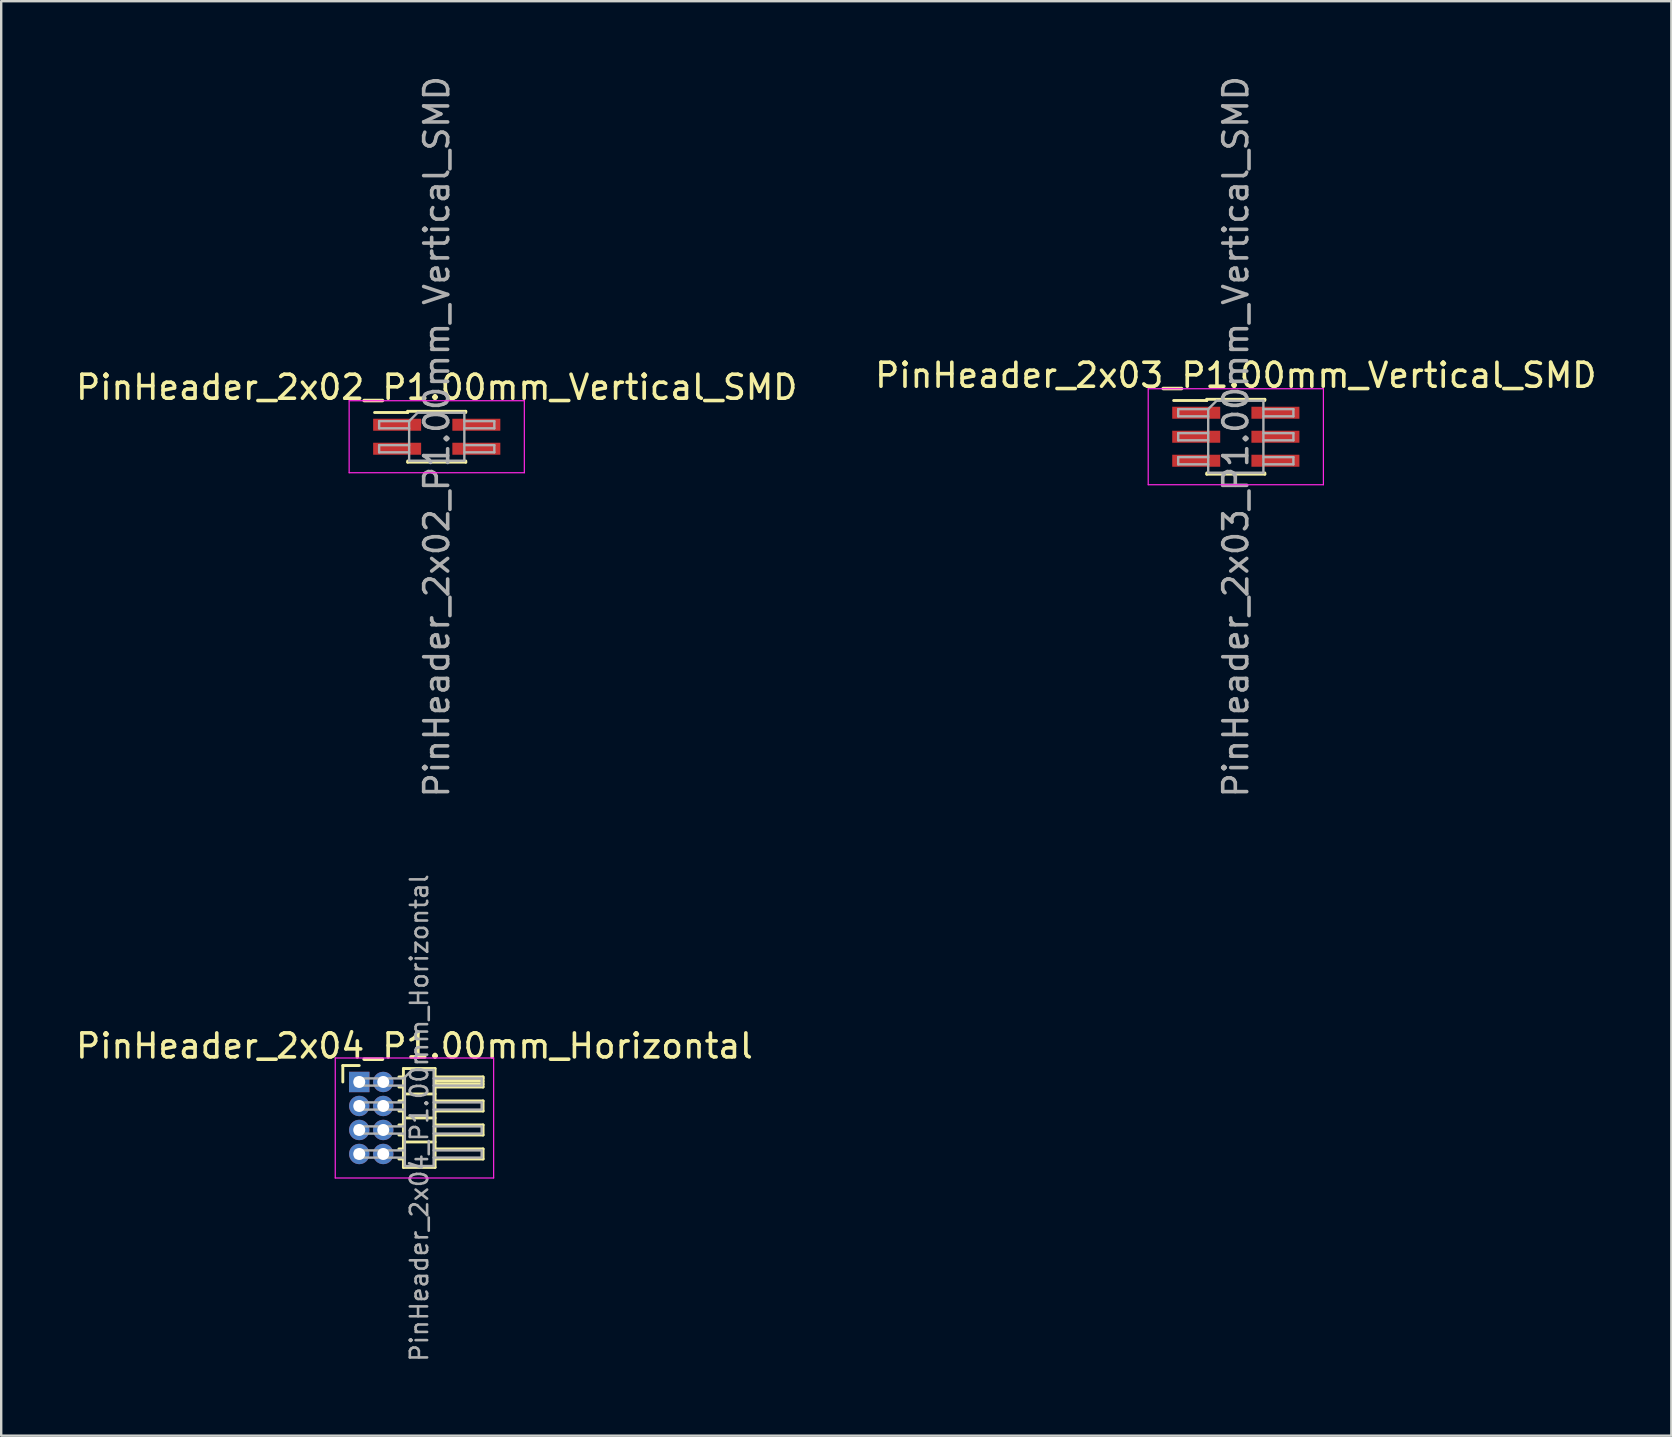
<source format=kicad_pcb>
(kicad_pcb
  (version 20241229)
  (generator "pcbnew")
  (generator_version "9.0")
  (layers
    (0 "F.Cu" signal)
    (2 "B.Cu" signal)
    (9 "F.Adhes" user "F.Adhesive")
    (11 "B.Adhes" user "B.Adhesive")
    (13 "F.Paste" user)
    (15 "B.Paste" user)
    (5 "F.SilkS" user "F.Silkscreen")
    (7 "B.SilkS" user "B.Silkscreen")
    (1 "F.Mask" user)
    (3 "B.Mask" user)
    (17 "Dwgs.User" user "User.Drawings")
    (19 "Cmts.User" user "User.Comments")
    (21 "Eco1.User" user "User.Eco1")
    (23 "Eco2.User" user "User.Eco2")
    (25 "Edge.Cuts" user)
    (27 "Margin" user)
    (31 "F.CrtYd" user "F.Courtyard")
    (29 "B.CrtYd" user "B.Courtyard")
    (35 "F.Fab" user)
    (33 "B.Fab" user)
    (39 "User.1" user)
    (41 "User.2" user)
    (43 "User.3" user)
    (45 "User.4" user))
  (footprint "PinHeader_2x02_P1.00mm_Vertical_SMD"
    (layer "F.Cu")
    (at 15.149 15.149)
    (property "Reference" "PinHeader_2x02_P1.00mm_Vertical_SMD" (at 0 -2.06 0) (layer "F.SilkS") (effects (font (size 1 1) (thickness 0.15))))
    (attr smd)
    (fp_line (start -2.59 -1.01) (end -1.21 -1.01) (stroke (width 0.12) (type solid)) (layer "F.SilkS"))
    (fp_line (start -1.21 -1.06) (end -1.21 -1.01) (stroke (width 0.12) (type solid)) (layer "F.SilkS"))
    (fp_line (start -1.21 -1.06) (end 1.21 -1.06) (stroke (width 0.12) (type solid)) (layer "F.SilkS"))
    (fp_line (start -1.21 1.01) (end -1.21 1.06) (stroke (width 0.12) (type solid)) (layer "F.SilkS"))
    (fp_line (start -1.21 1.06) (end 1.21 1.06) (stroke (width 0.12) (type solid)) (layer "F.SilkS"))
    (fp_line (start 1.21 -1.06) (end 1.21 -1.01) (stroke (width 0.12) (type solid)) (layer "F.SilkS"))
    (fp_line (start 1.21 1.01) (end 1.21 1.06) (stroke (width 0.12) (type solid)) (layer "F.SilkS"))
    (fp_line (start -3.65 -1.5) (end -3.65 1.5) (stroke (width 0.05) (type solid)) (layer "F.CrtYd"))
    (fp_line (start -3.65 1.5) (end 3.65 1.5) (stroke (width 0.05) (type solid)) (layer "F.CrtYd"))
    (fp_line (start 3.65 -1.5) (end -3.65 -1.5) (stroke (width 0.05) (type solid)) (layer "F.CrtYd"))
    (fp_line (start 3.65 1.5) (end 3.65 -1.5) (stroke (width 0.05) (type solid)) (layer "F.CrtYd"))
    (fp_line (start -2.4 -0.65) (end -2.4 -0.35) (stroke (width 0.1) (type solid)) (layer "F.Fab"))
    (fp_line (start -2.4 -0.35) (end -1.15 -0.35) (stroke (width 0.1) (type solid)) (layer "F.Fab"))
    (fp_line (start -2.4 0.35) (end -2.4 0.65) (stroke (width 0.1) (type solid)) (layer "F.Fab"))
    (fp_line (start -2.4 0.65) (end -1.15 0.65) (stroke (width 0.1) (type solid)) (layer "F.Fab"))
    (fp_line (start -1.15 -0.65) (end -2.4 -0.65) (stroke (width 0.1) (type solid)) (layer "F.Fab"))
    (fp_line (start -1.15 -0.65) (end -0.8 -1) (stroke (width 0.1) (type solid)) (layer "F.Fab"))
    (fp_line (start -1.15 0.35) (end -2.4 0.35) (stroke (width 0.1) (type solid)) (layer "F.Fab"))
    (fp_line (start -1.15 1) (end -1.15 -0.65) (stroke (width 0.1) (type solid)) (layer "F.Fab"))
    (fp_line (start -0.8 -1) (end 1.15 -1) (stroke (width 0.1) (type solid)) (layer "F.Fab"))
    (fp_line (start 1.15 -1) (end 1.15 1) (stroke (width 0.1) (type solid)) (layer "F.Fab"))
    (fp_line (start 1.15 -0.65) (end 2.4 -0.65) (stroke (width 0.1) (type solid)) (layer "F.Fab"))
    (fp_line (start 1.15 0.35) (end 2.4 0.35) (stroke (width 0.1) (type solid)) (layer "F.Fab"))
    (fp_line (start 1.15 1) (end -1.15 1) (stroke (width 0.1) (type solid)) (layer "F.Fab"))
    (fp_line (start 2.4 -0.65) (end 2.4 -0.35) (stroke (width 0.1) (type solid)) (layer "F.Fab"))
    (fp_line (start 2.4 -0.35) (end 1.15 -0.35) (stroke (width 0.1) (type solid)) (layer "F.Fab"))
    (fp_line (start 2.4 0.35) (end 2.4 0.65) (stroke (width 0.1) (type solid)) (layer "F.Fab"))
    (fp_line (start 2.4 0.65) (end 1.15 0.65) (stroke (width 0.1) (type solid)) (layer "F.Fab"))
    (fp_text user "${REFERENCE}" (at 0 0 90) (layer "F.Fab") (effects (font (size 1 1) (thickness 0.15))))
    (pad "1" smd rect (at -1.65 -0.5) (size 2 0.5) (layers "F.Cu" "F.Mask" "F.Paste"))
    (pad "2" smd rect (at 1.65 -0.5) (size 2 0.5) (layers "F.Cu" "F.Mask" "F.Paste"))
    (pad "3" smd rect (at -1.65 0.5) (size 2 0.5) (layers "F.Cu" "F.Mask" "F.Paste"))
    (pad "4" smd rect (at 1.65 0.5) (size 2 0.5) (layers "F.Cu" "F.Mask" "F.Paste")))
  (footprint "PinHeader_2x04_P1.00mm_Horizontal"
    (layer "F.Cu")
    (at 11.92 42.036)
    (property "Reference" "PinHeader_2x04_P1.00mm_Horizontal" (at 2.3 -1.5 0) (layer "F.SilkS") (effects (font (size 1 1) (thickness 0.15))))
    (attr through_hole)
    (fp_line (start -0.685 -0.685) (end 0 -0.685) (stroke (width 0.12) (type solid)) (layer "F.SilkS"))
    (fp_line (start -0.685 0) (end -0.685 -0.685) (stroke (width 0.12) (type solid)) (layer "F.SilkS"))
    (fp_line (start 1.652 -0.21) (end 1.84 -0.21) (stroke (width 0.12) (type solid)) (layer "F.SilkS"))
    (fp_line (start 1.652 0.21) (end 1.84 0.21) (stroke (width 0.12) (type solid)) (layer "F.SilkS"))
    (fp_line (start 1.652 0.79) (end 1.84 0.79) (stroke (width 0.12) (type solid)) (layer "F.SilkS"))
    (fp_line (start 1.652 1.21) (end 1.84 1.21) (stroke (width 0.12) (type solid)) (layer "F.SilkS"))
    (fp_line (start 1.652 1.79) (end 1.84 1.79) (stroke (width 0.12) (type solid)) (layer "F.SilkS"))
    (fp_line (start 1.652 2.21) (end 1.84 2.21) (stroke (width 0.12) (type solid)) (layer "F.SilkS"))
    (fp_line (start 1.652 2.79) (end 1.84 2.79) (stroke (width 0.12) (type solid)) (layer "F.SilkS"))
    (fp_line (start 1.652 3.21) (end 1.84 3.21) (stroke (width 0.12) (type solid)) (layer "F.SilkS"))
    (fp_line (start 1.84 -0.56) (end 1.84 3.56) (stroke (width 0.12) (type solid)) (layer "F.SilkS"))
    (fp_line (start 1.84 0.5) (end 3.16 0.5) (stroke (width 0.12) (type solid)) (layer "F.SilkS"))
    (fp_line (start 1.84 1.5) (end 3.16 1.5) (stroke (width 0.12) (type solid)) (layer "F.SilkS"))
    (fp_line (start 1.84 2.5) (end 3.16 2.5) (stroke (width 0.12) (type solid)) (layer "F.SilkS"))
    (fp_line (start 1.84 3.56) (end 3.16 3.56) (stroke (width 0.12) (type solid)) (layer "F.SilkS"))
    (fp_line (start 3.16 -0.56) (end 1.84 -0.56) (stroke (width 0.12) (type solid)) (layer "F.SilkS"))
    (fp_line (start 3.16 -0.21) (end 5.16 -0.21) (stroke (width 0.12) (type solid)) (layer "F.SilkS"))
    (fp_line (start 3.16 -0.15) (end 5.16 -0.15) (stroke (width 0.12) (type solid)) (layer "F.SilkS"))
    (fp_line (start 3.16 -0.03) (end 5.16 -0.03) (stroke (width 0.12) (type solid)) (layer "F.SilkS"))
    (fp_line (start 3.16 0.09) (end 5.16 0.09) (stroke (width 0.12) (type solid)) (layer "F.SilkS"))
    (fp_line (start 3.16 0.79) (end 5.16 0.79) (stroke (width 0.12) (type solid)) (layer "F.SilkS"))
    (fp_line (start 3.16 1.79) (end 5.16 1.79) (stroke (width 0.12) (type solid)) (layer "F.SilkS"))
    (fp_line (start 3.16 2.79) (end 5.16 2.79) (stroke (width 0.12) (type solid)) (layer "F.SilkS"))
    (fp_line (start 3.16 3.56) (end 3.16 -0.56) (stroke (width 0.12) (type solid)) (layer "F.SilkS"))
    (fp_line (start 5.16 -0.21) (end 5.16 0.21) (stroke (width 0.12) (type solid)) (layer "F.SilkS"))
    (fp_line (start 5.16 0.21) (end 3.16 0.21) (stroke (width 0.12) (type solid)) (layer "F.SilkS"))
    (fp_line (start 5.16 0.79) (end 5.16 1.21) (stroke (width 0.12) (type solid)) (layer "F.SilkS"))
    (fp_line (start 5.16 1.21) (end 3.16 1.21) (stroke (width 0.12) (type solid)) (layer "F.SilkS"))
    (fp_line (start 5.16 1.79) (end 5.16 2.21) (stroke (width 0.12) (type solid)) (layer "F.SilkS"))
    (fp_line (start 5.16 2.21) (end 3.16 2.21) (stroke (width 0.12) (type solid)) (layer "F.SilkS"))
    (fp_line (start 5.16 2.79) (end 5.16 3.21) (stroke (width 0.12) (type solid)) (layer "F.SilkS"))
    (fp_line (start 5.16 3.21) (end 3.16 3.21) (stroke (width 0.12) (type solid)) (layer "F.SilkS"))
    (fp_line (start -1 -1) (end -1 4) (stroke (width 0.05) (type solid)) (layer "F.CrtYd"))
    (fp_line (start -1 4) (end 5.6 4) (stroke (width 0.05) (type solid)) (layer "F.CrtYd"))
    (fp_line (start 5.6 -1) (end -1 -1) (stroke (width 0.05) (type solid)) (layer "F.CrtYd"))
    (fp_line (start 5.6 4) (end 5.6 -1) (stroke (width 0.05) (type solid)) (layer "F.CrtYd"))
    (fp_line (start -0.15 -0.15) (end -0.15 0.15) (stroke (width 0.1) (type solid)) (layer "F.Fab"))
    (fp_line (start -0.15 -0.15) (end 1.9 -0.15) (stroke (width 0.1) (type solid)) (layer "F.Fab"))
    (fp_line (start -0.15 0.15) (end 1.9 0.15) (stroke (width 0.1) (type solid)) (layer "F.Fab"))
    (fp_line (start -0.15 0.85) (end -0.15 1.15) (stroke (width 0.1) (type solid)) (layer "F.Fab"))
    (fp_line (start -0.15 0.85) (end 1.9 0.85) (stroke (width 0.1) (type solid)) (layer "F.Fab"))
    (fp_line (start -0.15 1.15) (end 1.9 1.15) (stroke (width 0.1) (type solid)) (layer "F.Fab"))
    (fp_line (start -0.15 1.85) (end -0.15 2.15) (stroke (width 0.1) (type solid)) (layer "F.Fab"))
    (fp_line (start -0.15 1.85) (end 1.9 1.85) (stroke (width 0.1) (type solid)) (layer "F.Fab"))
    (fp_line (start -0.15 2.15) (end 1.9 2.15) (stroke (width 0.1) (type solid)) (layer "F.Fab"))
    (fp_line (start -0.15 2.85) (end -0.15 3.15) (stroke (width 0.1) (type solid)) (layer "F.Fab"))
    (fp_line (start -0.15 2.85) (end 1.9 2.85) (stroke (width 0.1) (type solid)) (layer "F.Fab"))
    (fp_line (start -0.15 3.15) (end 1.9 3.15) (stroke (width 0.1) (type solid)) (layer "F.Fab"))
    (fp_line (start 1.9 -0.2) (end 2.2 -0.5) (stroke (width 0.1) (type solid)) (layer "F.Fab"))
    (fp_line (start 1.9 3.5) (end 1.9 -0.2) (stroke (width 0.1) (type solid)) (layer "F.Fab"))
    (fp_line (start 2.2 -0.5) (end 3.1 -0.5) (stroke (width 0.1) (type solid)) (layer "F.Fab"))
    (fp_line (start 3.1 -0.5) (end 3.1 3.5) (stroke (width 0.1) (type solid)) (layer "F.Fab"))
    (fp_line (start 3.1 -0.15) (end 5.1 -0.15) (stroke (width 0.1) (type solid)) (layer "F.Fab"))
    (fp_line (start 3.1 0.15) (end 5.1 0.15) (stroke (width 0.1) (type solid)) (layer "F.Fab"))
    (fp_line (start 3.1 0.85) (end 5.1 0.85) (stroke (width 0.1) (type solid)) (layer "F.Fab"))
    (fp_line (start 3.1 1.15) (end 5.1 1.15) (stroke (width 0.1) (type solid)) (layer "F.Fab"))
    (fp_line (start 3.1 1.85) (end 5.1 1.85) (stroke (width 0.1) (type solid)) (layer "F.Fab"))
    (fp_line (start 3.1 2.15) (end 5.1 2.15) (stroke (width 0.1) (type solid)) (layer "F.Fab"))
    (fp_line (start 3.1 2.85) (end 5.1 2.85) (stroke (width 0.1) (type solid)) (layer "F.Fab"))
    (fp_line (start 3.1 3.15) (end 5.1 3.15) (stroke (width 0.1) (type solid)) (layer "F.Fab"))
    (fp_line (start 3.1 3.5) (end 1.9 3.5) (stroke (width 0.1) (type solid)) (layer "F.Fab"))
    (fp_line (start 5.1 -0.15) (end 5.1 0.15) (stroke (width 0.1) (type solid)) (layer "F.Fab"))
    (fp_line (start 5.1 0.85) (end 5.1 1.15) (stroke (width 0.1) (type solid)) (layer "F.Fab"))
    (fp_line (start 5.1 1.85) (end 5.1 2.15) (stroke (width 0.1) (type solid)) (layer "F.Fab"))
    (fp_line (start 5.1 2.85) (end 5.1 3.15) (stroke (width 0.1) (type solid)) (layer "F.Fab"))
    (fp_text user "${REFERENCE}" (at 2.5 1.5 90) (layer "F.Fab") (effects (font (size 0.72 0.72) (thickness 0.108))))
    (pad "1" thru_hole rect (at 0 0) (size 0.85 0.85) (drill 0.5) (layers "*.Cu" "*.Mask"))
    (pad "2" thru_hole oval (at 1 0) (size 0.85 0.85) (drill 0.5) (layers "*.Cu" "*.Mask"))
    (pad "3" thru_hole oval (at 0 1) (size 0.85 0.85) (drill 0.5) (layers "*.Cu" "*.Mask"))
    (pad "4" thru_hole oval (at 1 1) (size 0.85 0.85) (drill 0.5) (layers "*.Cu" "*.Mask"))
    (pad "5" thru_hole oval (at 0 2) (size 0.85 0.85) (drill 0.5) (layers "*.Cu" "*.Mask"))
    (pad "6" thru_hole oval (at 1 2) (size 0.85 0.85) (drill 0.5) (layers "*.Cu" "*.Mask"))
    (pad "7" thru_hole oval (at 0 3) (size 0.85 0.85) (drill 0.5) (layers "*.Cu" "*.Mask"))
    (pad "8" thru_hole oval (at 1 3) (size 0.85 0.85) (drill 0.5) (layers "*.Cu" "*.Mask")))
  (footprint "PinHeader_2x03_P1.00mm_Vertical_SMD"
    (layer "F.Cu")
    (at 48.446 15.149)
    (property "Reference" "PinHeader_2x03_P1.00mm_Vertical_SMD" (at 0 -2.56 0) (layer "F.SilkS") (effects (font (size 1 1) (thickness 0.15))))
    (attr smd)
    (fp_line (start -2.59 -1.51) (end -1.21 -1.51) (stroke (width 0.12) (type solid)) (layer "F.SilkS"))
    (fp_line (start -1.21 -1.56) (end -1.21 -1.51) (stroke (width 0.12) (type solid)) (layer "F.SilkS"))
    (fp_line (start -1.21 -1.56) (end 1.21 -1.56) (stroke (width 0.12) (type solid)) (layer "F.SilkS"))
    (fp_line (start -1.21 1.51) (end -1.21 1.56) (stroke (width 0.12) (type solid)) (layer "F.SilkS"))
    (fp_line (start -1.21 1.56) (end 1.21 1.56) (stroke (width 0.12) (type solid)) (layer "F.SilkS"))
    (fp_line (start 1.21 -1.56) (end 1.21 -1.51) (stroke (width 0.12) (type solid)) (layer "F.SilkS"))
    (fp_line (start 1.21 1.51) (end 1.21 1.56) (stroke (width 0.12) (type solid)) (layer "F.SilkS"))
    (fp_line (start -3.65 -2) (end -3.65 2) (stroke (width 0.05) (type solid)) (layer "F.CrtYd"))
    (fp_line (start -3.65 2) (end 3.65 2) (stroke (width 0.05) (type solid)) (layer "F.CrtYd"))
    (fp_line (start 3.65 -2) (end -3.65 -2) (stroke (width 0.05) (type solid)) (layer "F.CrtYd"))
    (fp_line (start 3.65 2) (end 3.65 -2) (stroke (width 0.05) (type solid)) (layer "F.CrtYd"))
    (fp_line (start -2.4 -1.15) (end -2.4 -0.85) (stroke (width 0.1) (type solid)) (layer "F.Fab"))
    (fp_line (start -2.4 -0.85) (end -1.15 -0.85) (stroke (width 0.1) (type solid)) (layer "F.Fab"))
    (fp_line (start -2.4 -0.15) (end -2.4 0.15) (stroke (width 0.1) (type solid)) (layer "F.Fab"))
    (fp_line (start -2.4 0.15) (end -1.15 0.15) (stroke (width 0.1) (type solid)) (layer "F.Fab"))
    (fp_line (start -2.4 0.85) (end -2.4 1.15) (stroke (width 0.1) (type solid)) (layer "F.Fab"))
    (fp_line (start -2.4 1.15) (end -1.15 1.15) (stroke (width 0.1) (type solid)) (layer "F.Fab"))
    (fp_line (start -1.15 -1.15) (end -2.4 -1.15) (stroke (width 0.1) (type solid)) (layer "F.Fab"))
    (fp_line (start -1.15 -1.15) (end -0.8 -1.5) (stroke (width 0.1) (type solid)) (layer "F.Fab"))
    (fp_line (start -1.15 -0.15) (end -2.4 -0.15) (stroke (width 0.1) (type solid)) (layer "F.Fab"))
    (fp_line (start -1.15 0.85) (end -2.4 0.85) (stroke (width 0.1) (type solid)) (layer "F.Fab"))
    (fp_line (start -1.15 1.5) (end -1.15 -1.15) (stroke (width 0.1) (type solid)) (layer "F.Fab"))
    (fp_line (start -0.8 -1.5) (end 1.15 -1.5) (stroke (width 0.1) (type solid)) (layer "F.Fab"))
    (fp_line (start 1.15 -1.5) (end 1.15 1.5) (stroke (width 0.1) (type solid)) (layer "F.Fab"))
    (fp_line (start 1.15 -1.15) (end 2.4 -1.15) (stroke (width 0.1) (type solid)) (layer "F.Fab"))
    (fp_line (start 1.15 -0.15) (end 2.4 -0.15) (stroke (width 0.1) (type solid)) (layer "F.Fab"))
    (fp_line (start 1.15 0.85) (end 2.4 0.85) (stroke (width 0.1) (type solid)) (layer "F.Fab"))
    (fp_line (start 1.15 1.5) (end -1.15 1.5) (stroke (width 0.1) (type solid)) (layer "F.Fab"))
    (fp_line (start 2.4 -1.15) (end 2.4 -0.85) (stroke (width 0.1) (type solid)) (layer "F.Fab"))
    (fp_line (start 2.4 -0.85) (end 1.15 -0.85) (stroke (width 0.1) (type solid)) (layer "F.Fab"))
    (fp_line (start 2.4 -0.15) (end 2.4 0.15) (stroke (width 0.1) (type solid)) (layer "F.Fab"))
    (fp_line (start 2.4 0.15) (end 1.15 0.15) (stroke (width 0.1) (type solid)) (layer "F.Fab"))
    (fp_line (start 2.4 0.85) (end 2.4 1.15) (stroke (width 0.1) (type solid)) (layer "F.Fab"))
    (fp_line (start 2.4 1.15) (end 1.15 1.15) (stroke (width 0.1) (type solid)) (layer "F.Fab"))
    (fp_text user "${REFERENCE}" (at 0 0 90) (layer "F.Fab") (effects (font (size 1 1) (thickness 0.15))))
    (pad "1" smd rect (at -1.65 -1) (size 2 0.5) (layers "F.Cu" "F.Mask" "F.Paste"))
    (pad "2" smd rect (at 1.65 -1) (size 2 0.5) (layers "F.Cu" "F.Mask" "F.Paste"))
    (pad "3" smd rect (at -1.65 0) (size 2 0.5) (layers "F.Cu" "F.Mask" "F.Paste"))
    (pad "4" smd rect (at 1.65 0) (size 2 0.5) (layers "F.Cu" "F.Mask" "F.Paste"))
    (pad "5" smd rect (at -1.65 1) (size 2 0.5) (layers "F.Cu" "F.Mask" "F.Paste"))
    (pad "6" smd rect (at 1.65 1) (size 2 0.5) (layers "F.Cu" "F.Mask" "F.Paste")))
  (gr_rect
    (start -3 -3)
    (end 66.595 56.775)
    (stroke (width 0.1) (type default))
    (fill no)
    (layer "Edge.Cuts")))
</source>
